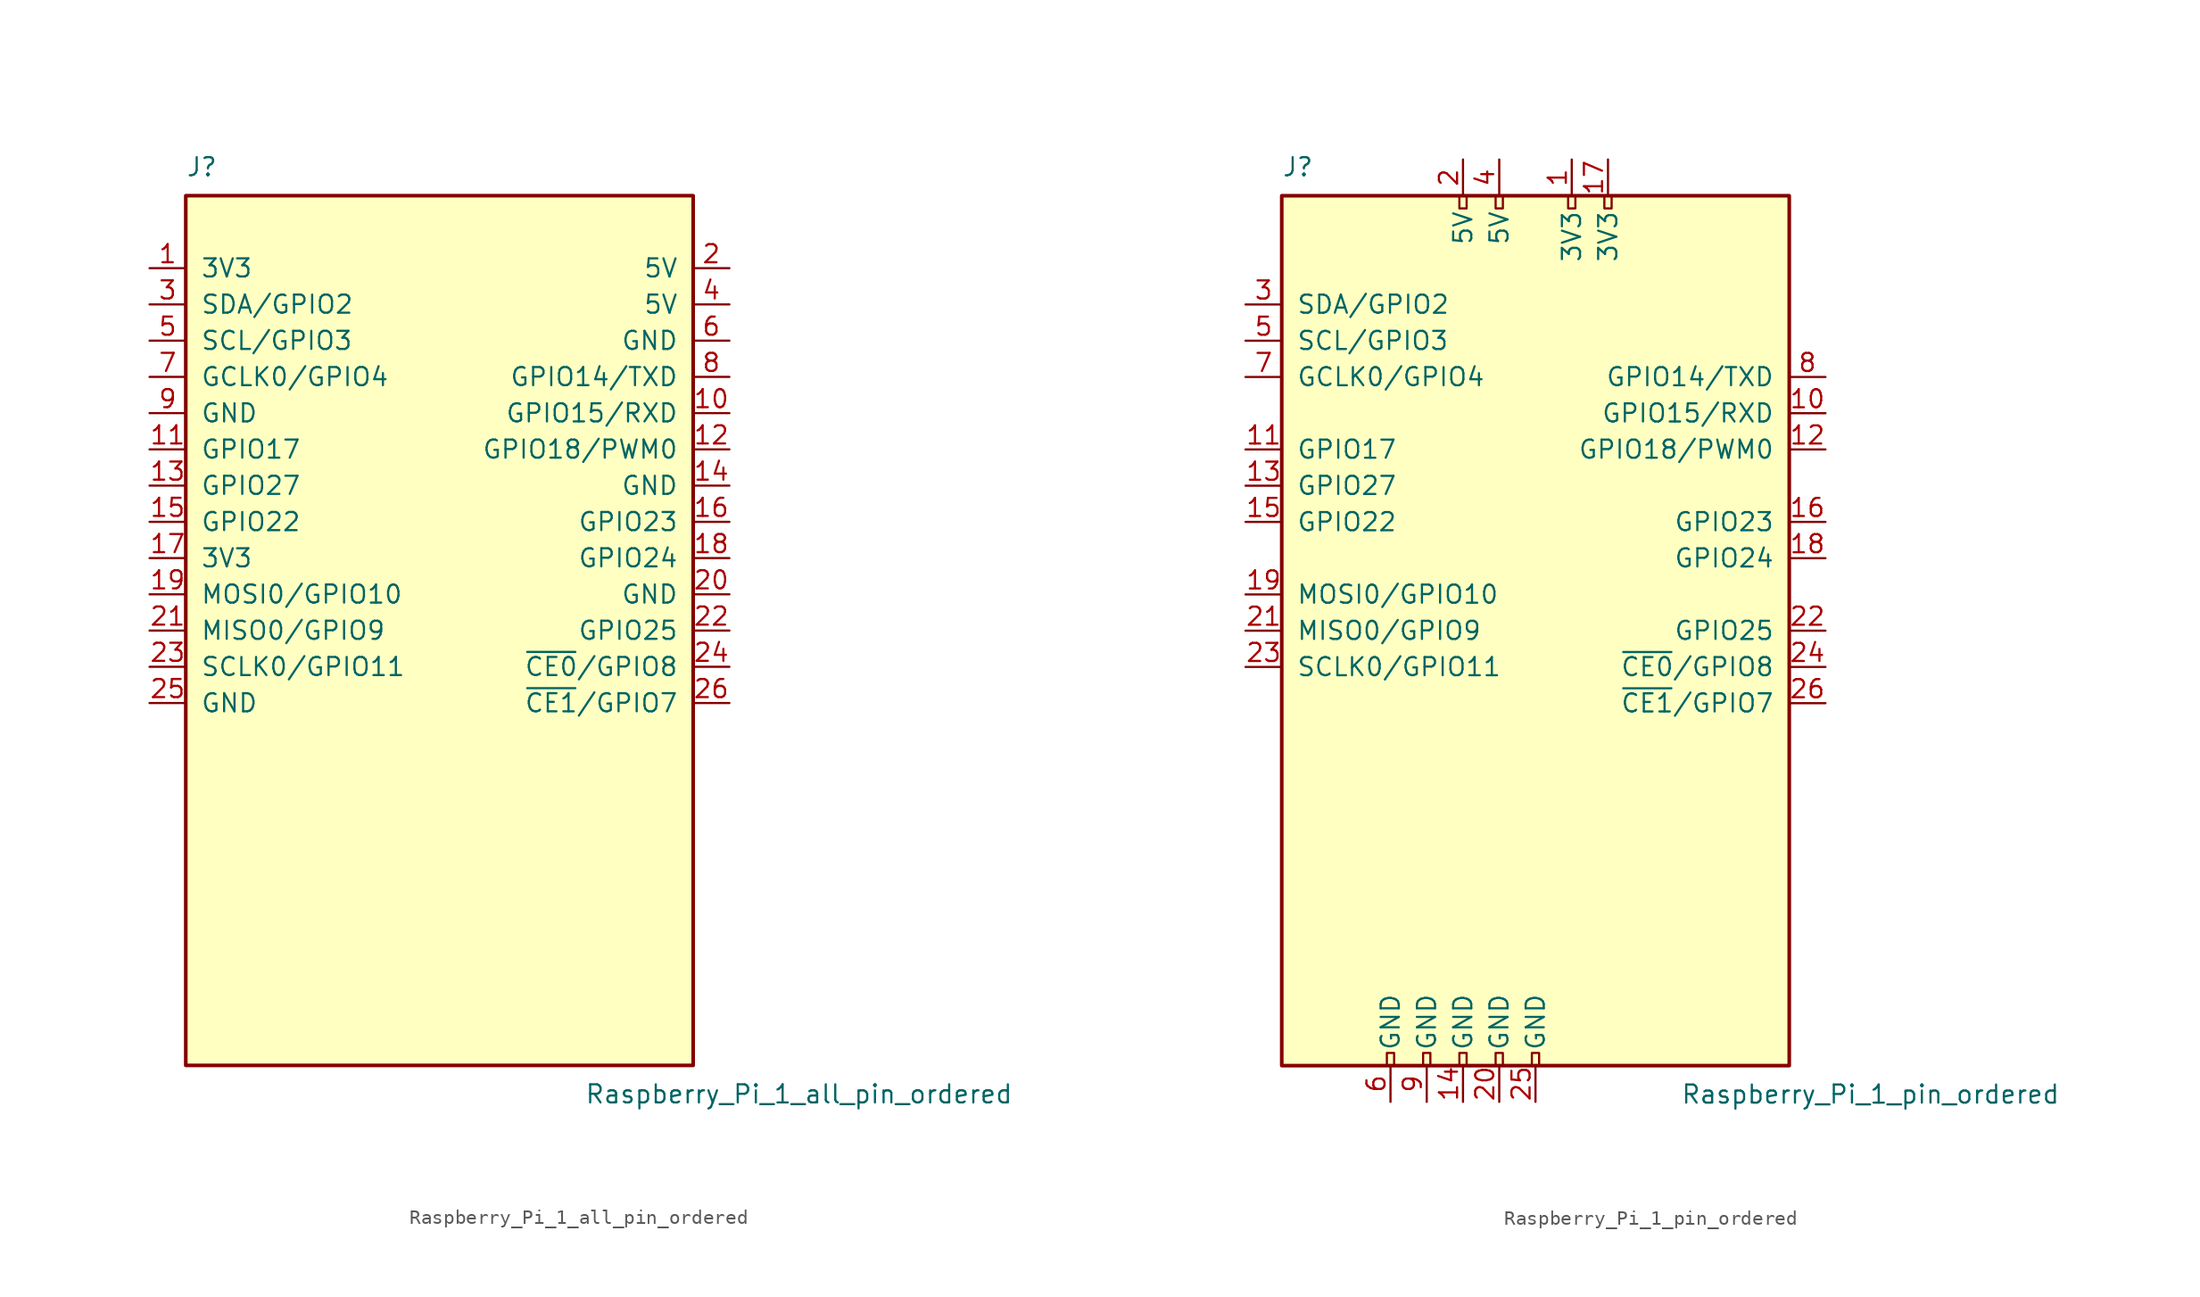
<source format=kicad_sym>
(kicad_symbol_lib
  (version 20211014)
  (generator kicad_symbol_editor)
  (symbol "Raspberry_Pi_1_all_pin_ordered"
    (pin_names
      (offset 1.016))
    (property "Reference" "J"
      (at -17.78 31.75 0)
      (effects (font (size 1.27 1.27)) (justify left bottom)))
    (property "Value" "Raspberry_Pi_1_all_pin_ordered"
      (at 10.16 -31.75 0)
      (effects (font (size 1.27 1.27)) (justify left top)))
    (symbol "Raspberry_Pi_1_all_pin_ordered_0_1"
      (rectangle (start -17.78 30.48) (end 17.78 -30.48) (stroke (width 0.254) (type default) (color 0 0 0 0)) (fill (type background))))
    (symbol "Raspberry_Pi_1_all_pin_ordered_1_1"
      (pin power_in line (at -20.32 25.4 0) (length 2.54) (name "3V3" (effects (font (size 1.27 1.27)))) (number "1" (effects (font (size 1.27 1.27)))))
      (pin bidirectional line (at 20.32 15.24 180) (length 2.54) (name "GPIO15/RXD" (effects (font (size 1.27 1.27)))) (number "10" (effects (font (size 1.27 1.27)))))
      (pin bidirectional line (at -20.32 12.7 0) (length 2.54) (name "GPIO17" (effects (font (size 1.27 1.27)))) (number "11" (effects (font (size 1.27 1.27)))))
      (pin bidirectional line (at 20.32 12.7 180) (length 2.54) (name "GPIO18/PWM0" (effects (font (size 1.27 1.27)))) (number "12" (effects (font (size 1.27 1.27)))))
      (pin bidirectional line (at -20.32 10.16 0) (length 2.54) (name "GPIO27" (effects (font (size 1.27 1.27)))) (number "13" (effects (font (size 1.27 1.27)))))
      (pin power_in line (at 20.32 10.16 180) (length 2.54) (name "GND" (effects (font (size 1.27 1.27)))) (number "14" (effects (font (size 1.27 1.27)))))
      (pin bidirectional line (at -20.32 7.62 0) (length 2.54) (name "GPIO22" (effects (font (size 1.27 1.27)))) (number "15" (effects (font (size 1.27 1.27)))))
      (pin bidirectional line (at 20.32 7.62 180) (length 2.54) (name "GPIO23" (effects (font (size 1.27 1.27)))) (number "16" (effects (font (size 1.27 1.27)))))
      (pin power_in line (at -20.32 5.08 0) (length 2.54) (name "3V3" (effects (font (size 1.27 1.27)))) (number "17" (effects (font (size 1.27 1.27)))))
      (pin bidirectional line (at 20.32 5.08 180) (length 2.54) (name "GPIO24" (effects (font (size 1.27 1.27)))) (number "18" (effects (font (size 1.27 1.27)))))
      (pin bidirectional line (at -20.32 2.54 0) (length 2.54) (name "MOSI0/GPIO10" (effects (font (size 1.27 1.27)))) (number "19" (effects (font (size 1.27 1.27)))))
      (pin power_in line (at 20.32 25.4 180) (length 2.54) (name "5V" (effects (font (size 1.27 1.27)))) (number "2" (effects (font (size 1.27 1.27)))))
      (pin power_in line (at 20.32 2.54 180) (length 2.54) (name "GND" (effects (font (size 1.27 1.27)))) (number "20" (effects (font (size 1.27 1.27)))))
      (pin bidirectional line (at -20.32 0 0) (length 2.54) (name "MISO0/GPIO9" (effects (font (size 1.27 1.27)))) (number "21" (effects (font (size 1.27 1.27)))))
      (pin bidirectional line (at 20.32 0 180) (length 2.54) (name "GPIO25" (effects (font (size 1.27 1.27)))) (number "22" (effects (font (size 1.27 1.27)))))
      (pin bidirectional line (at -20.32 -2.54 0) (length 2.54) (name "SCLK0/GPIO11" (effects (font (size 1.27 1.27)))) (number "23" (effects (font (size 1.27 1.27)))))
      (pin bidirectional line (at 20.32 -2.54 180) (length 2.54) (name "~{CE0}/GPIO8" (effects (font (size 1.27 1.27)))) (number "24" (effects (font (size 1.27 1.27)))))
      (pin power_in line (at -20.32 -5.08 0) (length 2.54) (name "GND" (effects (font (size 1.27 1.27)))) (number "25" (effects (font (size 1.27 1.27)))))
      (pin bidirectional line (at 20.32 -5.08 180) (length 2.54) (name "~{CE1}/GPIO7" (effects (font (size 1.27 1.27)))) (number "26" (effects (font (size 1.27 1.27)))))
      (pin bidirectional line (at -20.32 22.86 0) (length 2.54) (name "SDA/GPIO2" (effects (font (size 1.27 1.27)))) (number "3" (effects (font (size 1.27 1.27)))))
      (pin power_in line (at 20.32 22.86 180) (length 2.54) (name "5V" (effects (font (size 1.27 1.27)))) (number "4" (effects (font (size 1.27 1.27)))))
      (pin bidirectional line (at -20.32 20.32 0) (length 2.54) (name "SCL/GPIO3" (effects (font (size 1.27 1.27)))) (number "5" (effects (font (size 1.27 1.27)))))
      (pin power_in line (at 20.32 20.32 180) (length 2.54) (name "GND" (effects (font (size 1.27 1.27)))) (number "6" (effects (font (size 1.27 1.27)))))
      (pin bidirectional line (at -20.32 17.78 0) (length 2.54) (name "GCLK0/GPIO4" (effects (font (size 1.27 1.27)))) (number "7" (effects (font (size 1.27 1.27)))))
      (pin bidirectional line (at 20.32 17.78 180) (length 2.54) (name "GPIO14/TXD" (effects (font (size 1.27 1.27)))) (number "8" (effects (font (size 1.27 1.27)))))
      (pin power_in line (at -20.32 15.24 0) (length 2.54) (name "GND" (effects (font (size 1.27 1.27)))) (number "9" (effects (font (size 1.27 1.27)))))))
  (symbol "Raspberry_Pi_1_pin_ordered"
    (pin_names
      (offset 1.016))
    (property "Reference" "J"
      (at -17.78 31.75 0)
      (effects (font (size 1.27 1.27)) (justify left bottom)))
    (property "Value" "Raspberry_Pi_1_pin_ordered"
      (at 10.16 -31.75 0)
      (effects (font (size 1.27 1.27)) (justify left top)))
    (symbol "Raspberry_Pi_1_pin_ordered_0_1"
      (rectangle (start -17.78 30.48) (end 17.78 -30.48) (stroke (width 0.254) (type default) (color 0 0 0 0)) (fill (type background))))
    (symbol "Raspberry_Pi_1_pin_ordered_1_1"
      (rectangle (start -10.414 -29.591) (end -9.906 -30.48) (stroke (width 0) (type default) (color 0 0 0 0)) (fill (type none)))
      (rectangle (start -7.874 -29.591) (end -7.366 -30.48) (stroke (width 0) (type default) (color 0 0 0 0)) (fill (type none)))
      (rectangle (start -5.334 -29.591) (end -4.826 -30.48) (stroke (width 0) (type default) (color 0 0 0 0)) (fill (type none)))
      (rectangle (start -5.334 30.48) (end -4.826 29.591) (stroke (width 0) (type default) (color 0 0 0 0)) (fill (type none)))
      (rectangle (start -2.794 -29.591) (end -2.286 -30.48) (stroke (width 0) (type default) (color 0 0 0 0)) (fill (type none)))
      (rectangle (start -2.794 30.48) (end -2.286 29.591) (stroke (width 0) (type default) (color 0 0 0 0)) (fill (type none)))
      (rectangle (start -0.254 -29.591) (end 0.254 -30.48) (stroke (width 0) (type default) (color 0 0 0 0)) (fill (type none)))
      (rectangle (start 2.286 30.48) (end 2.794 29.591) (stroke (width 0) (type default) (color 0 0 0 0)) (fill (type none)))
      (rectangle (start 4.826 30.48) (end 5.334 29.591) (stroke (width 0) (type default) (color 0 0 0 0)) (fill (type none)))
      (pin power_in line (at 2.54 33.02 270) (length 2.54) (name "3V3" (effects (font (size 1.27 1.27)))) (number "1" (effects (font (size 1.27 1.27)))))
      (pin bidirectional line (at 20.32 15.24 180) (length 2.54) (name "GPIO15/RXD" (effects (font (size 1.27 1.27)))) (number "10" (effects (font (size 1.27 1.27)))))
      (pin bidirectional line (at -20.32 12.7 0) (length 2.54) (name "GPIO17" (effects (font (size 1.27 1.27)))) (number "11" (effects (font (size 1.27 1.27)))))
      (pin bidirectional line (at 20.32 12.7 180) (length 2.54) (name "GPIO18/PWM0" (effects (font (size 1.27 1.27)))) (number "12" (effects (font (size 1.27 1.27)))))
      (pin bidirectional line (at -20.32 10.16 0) (length 2.54) (name "GPIO27" (effects (font (size 1.27 1.27)))) (number "13" (effects (font (size 1.27 1.27)))))
      (pin power_in line (at -5.08 -33.02 90) (length 2.54) (name "GND" (effects (font (size 1.27 1.27)))) (number "14" (effects (font (size 1.27 1.27)))))
      (pin bidirectional line (at -20.32 7.62 0) (length 2.54) (name "GPIO22" (effects (font (size 1.27 1.27)))) (number "15" (effects (font (size 1.27 1.27)))))
      (pin bidirectional line (at 20.32 7.62 180) (length 2.54) (name "GPIO23" (effects (font (size 1.27 1.27)))) (number "16" (effects (font (size 1.27 1.27)))))
      (pin power_in line (at 5.08 33.02 270) (length 2.54) (name "3V3" (effects (font (size 1.27 1.27)))) (number "17" (effects (font (size 1.27 1.27)))))
      (pin bidirectional line (at 20.32 5.08 180) (length 2.54) (name "GPIO24" (effects (font (size 1.27 1.27)))) (number "18" (effects (font (size 1.27 1.27)))))
      (pin bidirectional line (at -20.32 2.54 0) (length 2.54) (name "MOSI0/GPIO10" (effects (font (size 1.27 1.27)))) (number "19" (effects (font (size 1.27 1.27)))))
      (pin power_in line (at -5.08 33.02 270) (length 2.54) (name "5V" (effects (font (size 1.27 1.27)))) (number "2" (effects (font (size 1.27 1.27)))))
      (pin power_in line (at -2.54 -33.02 90) (length 2.54) (name "GND" (effects (font (size 1.27 1.27)))) (number "20" (effects (font (size 1.27 1.27)))))
      (pin bidirectional line (at -20.32 0 0) (length 2.54) (name "MISO0/GPIO9" (effects (font (size 1.27 1.27)))) (number "21" (effects (font (size 1.27 1.27)))))
      (pin bidirectional line (at 20.32 0 180) (length 2.54) (name "GPIO25" (effects (font (size 1.27 1.27)))) (number "22" (effects (font (size 1.27 1.27)))))
      (pin bidirectional line (at -20.32 -2.54 0) (length 2.54) (name "SCLK0/GPIO11" (effects (font (size 1.27 1.27)))) (number "23" (effects (font (size 1.27 1.27)))))
      (pin bidirectional line (at 20.32 -2.54 180) (length 2.54) (name "~{CE0}/GPIO8" (effects (font (size 1.27 1.27)))) (number "24" (effects (font (size 1.27 1.27)))))
      (pin power_in line (at 0 -33.02 90) (length 2.54) (name "GND" (effects (font (size 1.27 1.27)))) (number "25" (effects (font (size 1.27 1.27)))))
      (pin bidirectional line (at 20.32 -5.08 180) (length 2.54) (name "~{CE1}/GPIO7" (effects (font (size 1.27 1.27)))) (number "26" (effects (font (size 1.27 1.27)))))
      (pin bidirectional line (at -20.32 22.86 0) (length 2.54) (name "SDA/GPIO2" (effects (font (size 1.27 1.27)))) (number "3" (effects (font (size 1.27 1.27)))))
      (pin power_in line (at -2.54 33.02 270) (length 2.54) (name "5V" (effects (font (size 1.27 1.27)))) (number "4" (effects (font (size 1.27 1.27)))))
      (pin bidirectional line (at -20.32 20.32 0) (length 2.54) (name "SCL/GPIO3" (effects (font (size 1.27 1.27)))) (number "5" (effects (font (size 1.27 1.27)))))
      (pin power_in line (at -10.16 -33.02 90) (length 2.54) (name "GND" (effects (font (size 1.27 1.27)))) (number "6" (effects (font (size 1.27 1.27)))))
      (pin bidirectional line (at -20.32 17.78 0) (length 2.54) (name "GCLK0/GPIO4" (effects (font (size 1.27 1.27)))) (number "7" (effects (font (size 1.27 1.27)))))
      (pin bidirectional line (at 20.32 17.78 180) (length 2.54) (name "GPIO14/TXD" (effects (font (size 1.27 1.27)))) (number "8" (effects (font (size 1.27 1.27)))))
      (pin power_in line (at -7.62 -33.02 90) (length 2.54) (name "GND" (effects (font (size 1.27 1.27)))) (number "9" (effects (font (size 1.27 1.27))))))))
</source>
